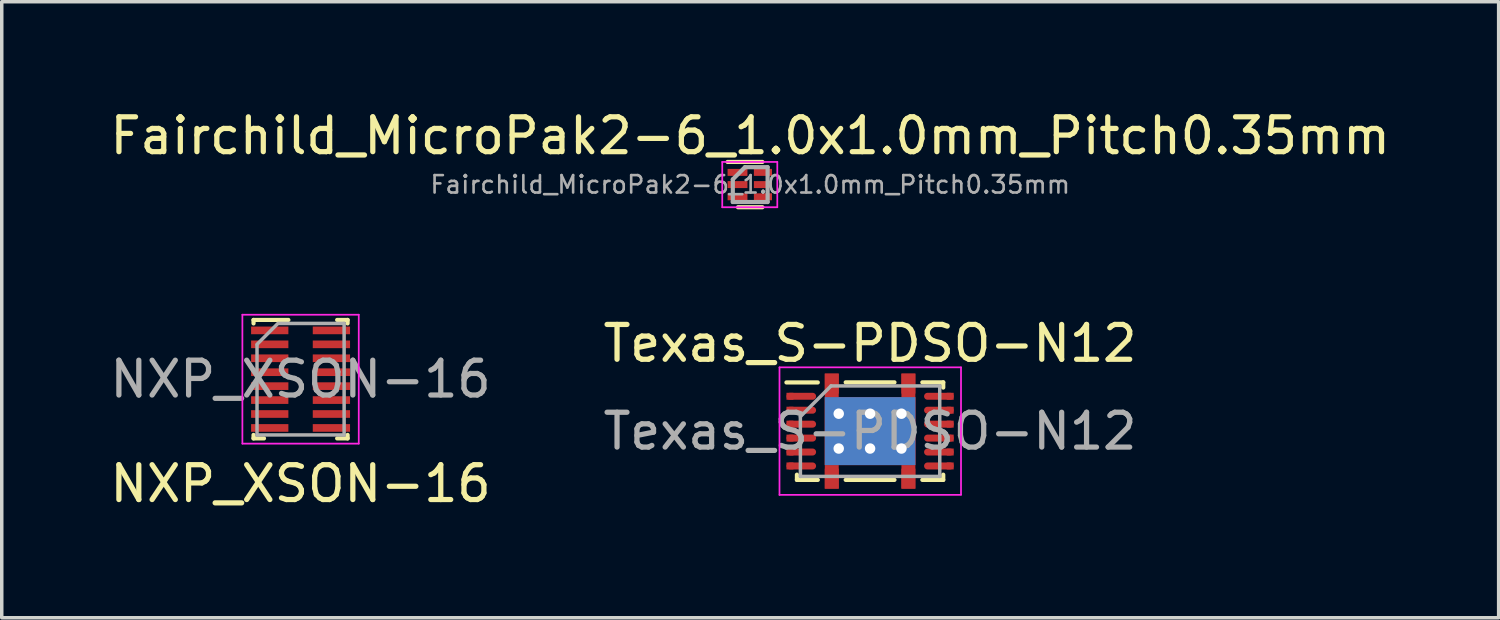
<source format=kicad_pcb>
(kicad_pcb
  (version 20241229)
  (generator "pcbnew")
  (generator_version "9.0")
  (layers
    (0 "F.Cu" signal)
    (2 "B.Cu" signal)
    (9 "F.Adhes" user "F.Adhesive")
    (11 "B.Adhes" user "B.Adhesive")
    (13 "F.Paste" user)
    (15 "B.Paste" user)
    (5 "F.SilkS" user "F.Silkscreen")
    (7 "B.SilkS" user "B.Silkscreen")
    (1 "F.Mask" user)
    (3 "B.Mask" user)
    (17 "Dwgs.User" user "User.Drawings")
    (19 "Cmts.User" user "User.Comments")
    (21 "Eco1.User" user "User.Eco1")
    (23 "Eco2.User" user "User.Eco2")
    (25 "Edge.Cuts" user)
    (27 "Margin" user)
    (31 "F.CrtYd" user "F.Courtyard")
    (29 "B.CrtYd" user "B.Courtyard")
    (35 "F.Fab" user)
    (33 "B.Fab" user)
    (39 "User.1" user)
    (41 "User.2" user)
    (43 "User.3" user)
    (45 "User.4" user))
  (footprint "NXP_XSON-16"
    (layer "F.Cu")
    (at 5.577 7.833)
    (property "Reference" "NXP_XSON-16" (at 0 3 0) (layer "F.SilkS") (effects (font (size 1 1) (thickness 0.15))))
    (attr smd)
    (fp_line (start -1.35 -1.7) (end -1.35 -1.6) (stroke (width 0.12) (type solid)) (layer "F.SilkS"))
    (fp_line (start -1.35 -1.7) (end -0.35 -1.7) (stroke (width 0.12) (type solid)) (layer "F.SilkS"))
    (fp_line (start -1.35 1.6) (end -1.35 1.7) (stroke (width 0.12) (type solid)) (layer "F.SilkS"))
    (fp_line (start -1.35 1.7) (end -1.05 1.7) (stroke (width 0.12) (type solid)) (layer "F.SilkS"))
    (fp_line (start 1.35 -1.7) (end 1.05 -1.7) (stroke (width 0.12) (type solid)) (layer "F.SilkS"))
    (fp_line (start 1.35 -1.7) (end 1.35 -1.6) (stroke (width 0.12) (type solid)) (layer "F.SilkS"))
    (fp_line (start 1.35 1.6) (end 1.35 1.7) (stroke (width 0.12) (type solid)) (layer "F.SilkS"))
    (fp_line (start 1.35 1.7) (end 1.05 1.7) (stroke (width 0.12) (type solid)) (layer "F.SilkS"))
    (fp_line (start -1.67 -1.85) (end -1.67 1.85) (stroke (width 0.05) (type solid)) (layer "F.CrtYd"))
    (fp_line (start -1.67 -1.85) (end 1.67 -1.85) (stroke (width 0.05) (type solid)) (layer "F.CrtYd"))
    (fp_line (start 1.67 1.85) (end -1.67 1.85) (stroke (width 0.05) (type solid)) (layer "F.CrtYd"))
    (fp_line (start 1.67 1.85) (end 1.67 -1.85) (stroke (width 0.05) (type solid)) (layer "F.CrtYd"))
    (fp_line (start -1.25 -0.975) (end -1.25 1.6) (stroke (width 0.1) (type solid)) (layer "F.Fab"))
    (fp_line (start -1.25 1.6) (end 1.25 1.6) (stroke (width 0.1) (type solid)) (layer "F.Fab"))
    (fp_line (start -0.65 -1.6) (end -1.25 -1) (stroke (width 0.1) (type solid)) (layer "F.Fab"))
    (fp_line (start -0.625 -1.6) (end 1.25 -1.6) (stroke (width 0.1) (type solid)) (layer "F.Fab"))
    (fp_line (start 1.25 -1.6) (end 1.25 1.6) (stroke (width 0.1) (type solid)) (layer "F.Fab"))
    (fp_text user "${REFERENCE}" (at 0 0 0) (layer "F.Fab") (effects (font (size 1 1) (thickness 0.15))))
    (pad "1" smd rect (at -0.885 -1.4) (size 1.07 0.22) (layers "F.Cu" "F.Mask" "F.Paste"))
    (pad "2" smd rect (at -0.885 -1) (size 1.07 0.22) (layers "F.Cu" "F.Mask" "F.Paste"))
    (pad "3" smd rect (at -0.885 -0.6) (size 1.07 0.22) (layers "F.Cu" "F.Mask" "F.Paste"))
    (pad "4" smd rect (at -0.885 -0.2) (size 1.07 0.22) (layers "F.Cu" "F.Mask" "F.Paste"))
    (pad "5" smd rect (at -0.885 0.2) (size 1.07 0.22) (layers "F.Cu" "F.Mask" "F.Paste"))
    (pad "6" smd rect (at -0.885 0.6) (size 1.07 0.22) (layers "F.Cu" "F.Mask" "F.Paste"))
    (pad "7" smd rect (at -0.885 1) (size 1.07 0.22) (layers "F.Cu" "F.Mask" "F.Paste"))
    (pad "8" smd rect (at -0.885 1.4) (size 1.07 0.22) (layers "F.Cu" "F.Mask" "F.Paste"))
    (pad "9" smd rect (at 0.885 1.4) (size 1.07 0.22) (layers "F.Cu" "F.Mask" "F.Paste"))
    (pad "10" smd rect (at 0.885 1) (size 1.07 0.22) (layers "F.Cu" "F.Mask" "F.Paste"))
    (pad "11" smd rect (at 0.885 0.6) (size 1.07 0.22) (layers "F.Cu" "F.Mask" "F.Paste"))
    (pad "12" smd rect (at 0.885 0.2) (size 1.07 0.22) (layers "F.Cu" "F.Mask" "F.Paste"))
    (pad "13" smd rect (at 0.885 -0.2) (size 1.07 0.22) (layers "F.Cu" "F.Mask" "F.Paste"))
    (pad "14" smd rect (at 0.885 -0.6) (size 1.07 0.22) (layers "F.Cu" "F.Mask" "F.Paste"))
    (pad "15" smd rect (at 0.885 -1) (size 1.07 0.22) (layers "F.Cu" "F.Mask" "F.Paste"))
    (pad "16" smd rect (at 0.885 -1.4) (size 1.07 0.22) (layers "F.Cu" "F.Mask" "F.Paste")))
  (footprint "Fairchild_MicroPak2-6_1.0x1.0mm_Pitch0.35mm"
    (layer "F.Cu")
    (at 18.47 2.248)
    (property "Reference" "Fairchild_MicroPak2-6_1.0x1.0mm_Pitch0.35mm" (at 0.013 -1.4 0) (layer "F.SilkS") (effects (font (size 1 1) (thickness 0.15))))
    (attr smd)
    (fp_line (start -0.338 0.65) (end 0.362 0.65) (stroke (width 0.12) (type solid)) (layer "F.SilkS"))
    (fp_line (start 0.362 -0.65) (end -0.637 -0.65) (stroke (width 0.12) (type solid)) (layer "F.SilkS"))
    (fp_line (start -0.79 -0.65) (end -0.79 0.65) (stroke (width 0.05) (type solid)) (layer "F.CrtYd"))
    (fp_line (start -0.79 -0.65) (end 0.79 -0.65) (stroke (width 0.05) (type solid)) (layer "F.CrtYd"))
    (fp_line (start 0.79 0.65) (end -0.79 0.65) (stroke (width 0.05) (type solid)) (layer "F.CrtYd"))
    (fp_line (start 0.79 0.65) (end 0.79 -0.65) (stroke (width 0.05) (type solid)) (layer "F.CrtYd"))
    (fp_line (start -0.487 -0.15) (end -0.138 -0.5) (stroke (width 0.12) (type solid)) (layer "F.Fab"))
    (fp_line (start -0.487 0.5) (end -0.487 -0.15) (stroke (width 0.12) (type solid)) (layer "F.Fab"))
    (fp_line (start -0.138 -0.5) (end 0.512 -0.5) (stroke (width 0.12) (type solid)) (layer "F.Fab"))
    (fp_line (start 0.512 -0.5) (end 0.512 0.5) (stroke (width 0.12) (type solid)) (layer "F.Fab"))
    (fp_line (start 0.512 0.5) (end -0.487 0.5) (stroke (width 0.12) (type solid)) (layer "F.Fab"))
    (fp_text user "${REFERENCE}" (at 0.013 0 0) (layer "F.Fab") (effects (font (size 0.5 0.5) (thickness 0.075))))
    (pad "1" smd rect (at -0.352 -0.35) (size 0.57 0.2) (layers "F.Cu" "F.Mask" "F.Paste"))
    (pad "2" smd rect (at -0.352 0) (size 0.57 0.2) (layers "F.Cu" "F.Mask" "F.Paste"))
    (pad "3" smd rect (at -0.352 0.35) (size 0.57 0.2) (layers "F.Cu" "F.Mask" "F.Paste"))
    (pad "4" smd rect (at 0.378 0.35) (size 0.52 0.2) (layers "F.Cu" "F.Mask" "F.Paste"))
    (pad "5" smd rect (at 0.378 0) (size 0.52 0.2) (layers "F.Cu" "F.Mask" "F.Paste"))
    (pad "6" smd rect (at 0.378 -0.35) (size 0.52 0.2) (layers "F.Cu" "F.Mask" "F.Paste")))
  (footprint "Texas_S-PDSO-N12"
    (layer "F.Cu")
    (at 21.923 9.324)
    (property "Reference" "Texas_S-PDSO-N12" (at -0.001 -2.517 0) (layer "F.SilkS") (effects (font (size 1 1) (thickness 0.15))))
    (attr smd)
    (fp_line (start -2.1 1.4) (end -2.1 1.25) (stroke (width 0.12) (type solid)) (layer "F.SilkS"))
    (fp_line (start -1.501 -1.397) (end -2.401 -1.397) (stroke (width 0.12) (type solid)) (layer "F.SilkS"))
    (fp_line (start -1.5 1.4) (end -2.1 1.4) (stroke (width 0.12) (type solid)) (layer "F.SilkS"))
    (fp_line (start 0.7 -1.4) (end -0.7 -1.4) (stroke (width 0.12) (type solid)) (layer "F.SilkS"))
    (fp_line (start 0.7 1.4) (end -0.7 1.4) (stroke (width 0.12) (type solid)) (layer "F.SilkS"))
    (fp_line (start 1.5 -1.4) (end 2.1 -1.4) (stroke (width 0.12) (type solid)) (layer "F.SilkS"))
    (fp_line (start 2.1 -1.4) (end 2.1 -1.25) (stroke (width 0.12) (type solid)) (layer "F.SilkS"))
    (fp_line (start 2.1 1.4) (end 1.5 1.4) (stroke (width 0.12) (type solid)) (layer "F.SilkS"))
    (fp_line (start 2.1 1.4) (end 2.1 1.25) (stroke (width 0.12) (type solid)) (layer "F.SilkS"))
    (fp_line (start -2.6 -1.83) (end 2.61 -1.83) (stroke (width 0.05) (type solid)) (layer "F.CrtYd"))
    (fp_line (start -2.6 1.83) (end -2.6 -1.83) (stroke (width 0.05) (type solid)) (layer "F.CrtYd"))
    (fp_line (start -2.6 1.83) (end 2.61 1.83) (stroke (width 0.05) (type solid)) (layer "F.CrtYd"))
    (fp_line (start 2.61 1.82) (end 2.61 -1.83) (stroke (width 0.05) (type solid)) (layer "F.CrtYd"))
    (fp_line (start -2.001 -0.417) (end -2 1.3) (stroke (width 0.1) (type solid)) (layer "F.Fab"))
    (fp_line (start -2.001 -0.417) (end -1.121 -1.297) (stroke (width 0.1) (type solid)) (layer "F.Fab"))
    (fp_line (start -2 1.3) (end 2 1.3) (stroke (width 0.1) (type solid)) (layer "F.Fab"))
    (fp_line (start -1.121 -1.297) (end 1.999 -1.297) (stroke (width 0.1) (type solid)) (layer "F.Fab"))
    (fp_line (start 2 1.3) (end 1.999 -1.297) (stroke (width 0.1) (type solid)) (layer "F.Fab"))
    (fp_text user "${REFERENCE}" (at -0.001 0.003 0) (layer "F.Fab") (effects (font (size 1 1) (thickness 0.15))))
    (pad "1" smd rect (at -2.3 -1) (size 0.2 0.2) (layers "F.Cu" "F.Mask" "F.Paste"))
    (pad "1" smd oval (at -1.975 -1) (size 0.85 0.2) (layers "F.Cu" "F.Mask" "F.Paste"))
    (pad "2" smd rect (at -2.3 -0.6) (size 0.2 0.2) (layers "F.Cu" "F.Mask" "F.Paste"))
    (pad "2" smd oval (at -1.975 -0.6) (size 0.85 0.2) (layers "F.Cu" "F.Mask" "F.Paste"))
    (pad "3" smd rect (at -2.3 -0.2) (size 0.2 0.2) (layers "F.Cu" "F.Mask" "F.Paste"))
    (pad "3" smd oval (at -1.975 -0.2) (size 0.85 0.2) (layers "F.Cu" "F.Mask" "F.Paste"))
    (pad "4" smd rect (at -2.3 0.2) (size 0.2 0.2) (layers "F.Cu" "F.Mask" "F.Paste"))
    (pad "4" smd oval (at -1.975 0.2) (size 0.85 0.2) (layers "F.Cu" "F.Mask" "F.Paste"))
    (pad "5" smd rect (at -2.3 0.6) (size 0.2 0.2) (layers "F.Cu" "F.Mask" "F.Paste"))
    (pad "5" smd oval (at -1.975 0.6) (size 0.85 0.2) (layers "F.Cu" "F.Mask" "F.Paste"))
    (pad "6" smd rect (at -2.3 1) (size 0.2 0.2) (layers "F.Cu" "F.Mask" "F.Paste"))
    (pad "6" smd oval (at -1.975 1) (size 0.85 0.2) (layers "F.Cu" "F.Mask" "F.Paste"))
    (pad "7" smd oval (at 1.975 1) (size 0.85 0.2) (layers "F.Cu" "F.Mask" "F.Paste"))
    (pad "7" smd rect (at 2.3 1) (size 0.2 0.2) (layers "F.Cu" "F.Mask" "F.Paste"))
    (pad "8" smd oval (at 1.975 0.6) (size 0.85 0.2) (layers "F.Cu" "F.Mask" "F.Paste"))
    (pad "8" smd rect (at 2.3 0.6) (size 0.2 0.2) (layers "F.Cu" "F.Mask" "F.Paste"))
    (pad "9" smd oval (at 1.975 0.2) (size 0.85 0.2) (layers "F.Cu" "F.Mask" "F.Paste"))
    (pad "9" smd rect (at 2.3 0.2) (size 0.2 0.2) (layers "F.Cu" "F.Mask" "F.Paste"))
    (pad "10" smd oval (at 1.975 -0.2) (size 0.85 0.2) (layers "F.Cu" "F.Mask" "F.Paste"))
    (pad "10" smd rect (at 2.3 -0.2) (size 0.2 0.2) (layers "F.Cu" "F.Mask" "F.Paste"))
    (pad "11" smd oval (at 1.975 -0.6) (size 0.85 0.2) (layers "F.Cu" "F.Mask" "F.Paste"))
    (pad "11" smd rect (at 2.3 -0.6) (size 0.2 0.2) (layers "F.Cu" "F.Mask" "F.Paste"))
    (pad "12" smd oval (at 1.975 -1) (size 0.85 0.2) (layers "F.Cu" "F.Mask" "F.Paste"))
    (pad "12" smd rect (at 2.3 -1) (size 0.2 0.2) (layers "F.Cu" "F.Mask" "F.Paste"))
    (pad "13" smd rect (at -1.1 -1.365 270) (size 0.575 0.4) (layers "F.Cu" "F.Mask" "F.Paste"))
    (pad "13" smd rect (at -1.1 -1.312 270) (size 0.675 0.4) (layers "F.Cu" "F.Mask"))
    (pad "13" smd rect (at -1.1 1.312 270) (size 0.675 0.4) (layers "F.Cu" "F.Mask"))
    (pad "13" smd rect (at -1.1 1.365 270) (size 0.575 0.4) (layers "F.Cu" "F.Mask" "F.Paste"))
    (pad "13" thru_hole circle (at -0.9 -0.5) (size 0.5 0.5) (drill 0.3) (layers "*.Cu"))
    (pad "13" thru_hole circle (at -0.9 0.5) (size 0.5 0.5) (drill 0.3) (layers "*.Cu"))
    (pad "13" smd rect (at -0.65 -0.487 90) (size 0.975 1.3) (layers "F.Cu" "F.Paste"))
    (pad "13" smd rect (at -0.65 0.487 90) (size 0.975 1.3) (layers "F.Cu" "F.Paste"))
    (pad "13" thru_hole circle (at 0 -0.5) (size 0.5 0.5) (drill 0.3) (layers "*.Cu"))
    (pad "13" smd rect (at 0 0 270) (size 1.95 2.6) (layers "F.Cu" "F.Mask"))
    (pad "13" smd rect (at 0 0 270) (size 1.95 2.6) (layers "F.Mask" "B.Cu"))
    (pad "13" thru_hole circle (at 0 0.5) (size 0.5 0.5) (drill 0.3) (layers "*.Cu"))
    (pad "13" smd rect (at 0.65 -0.487 90) (size 0.975 1.3) (layers "F.Cu" "F.Paste"))
    (pad "13" smd rect (at 0.65 0.487 90) (size 0.975 1.3) (layers "F.Cu" "F.Paste"))
    (pad "13" thru_hole circle (at 0.9 -0.5) (size 0.5 0.5) (drill 0.3) (layers "*.Cu"))
    (pad "13" thru_hole circle (at 0.9 0.5) (size 0.5 0.5) (drill 0.3) (layers "*.Cu"))
    (pad "13" smd rect (at 1.1 -1.365 270) (size 0.575 0.4) (layers "F.Cu" "F.Mask" "F.Paste"))
    (pad "13" smd rect (at 1.1 -1.312 270) (size 0.675 0.4) (layers "F.Cu" "F.Mask"))
    (pad "13" smd rect (at 1.1 1.312 270) (size 0.675 0.4) (layers "F.Cu" "F.Mask"))
    (pad "13" smd rect (at 1.1 1.365 270) (size 0.575 0.4) (layers "F.Cu" "F.Mask" "F.Paste")))
  (gr_rect
    (start -3 -3)
    (end 39.964 14.681)
    (stroke (width 0.1) (type default))
    (fill no)
    (layer "Edge.Cuts")))
</source>
